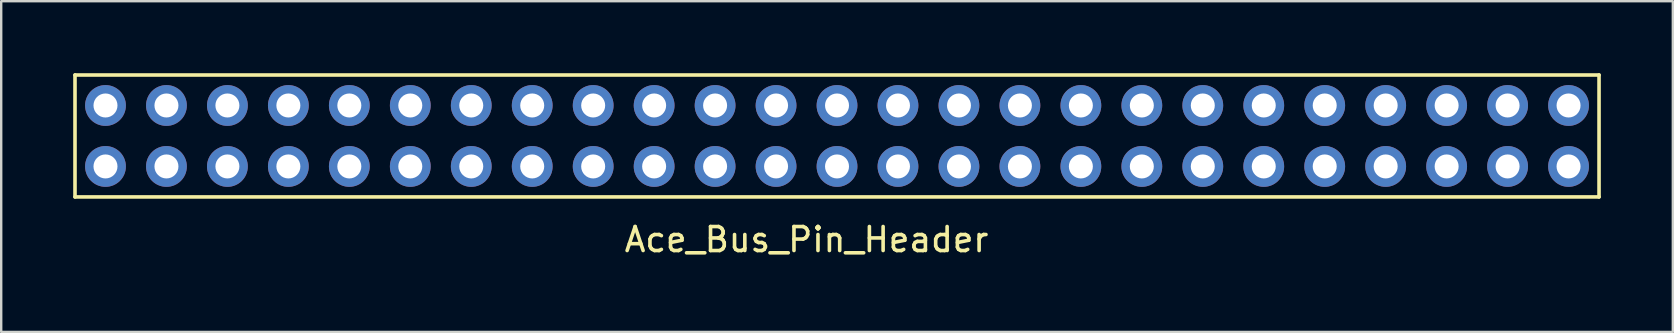
<source format=kicad_pcb>
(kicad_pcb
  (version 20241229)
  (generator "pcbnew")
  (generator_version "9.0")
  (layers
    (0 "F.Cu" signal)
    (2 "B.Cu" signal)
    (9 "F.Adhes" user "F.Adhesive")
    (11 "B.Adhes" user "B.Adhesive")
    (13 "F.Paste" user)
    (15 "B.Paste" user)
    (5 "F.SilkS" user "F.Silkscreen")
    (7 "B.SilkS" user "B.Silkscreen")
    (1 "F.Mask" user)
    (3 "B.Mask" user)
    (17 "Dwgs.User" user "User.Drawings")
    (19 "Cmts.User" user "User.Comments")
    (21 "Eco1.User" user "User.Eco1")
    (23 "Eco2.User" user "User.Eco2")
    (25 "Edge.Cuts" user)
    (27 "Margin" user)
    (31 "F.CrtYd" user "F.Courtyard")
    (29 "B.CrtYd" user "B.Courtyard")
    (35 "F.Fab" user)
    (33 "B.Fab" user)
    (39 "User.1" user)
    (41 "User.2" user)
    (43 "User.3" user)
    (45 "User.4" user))
  (footprint "Ace_Bus_Pin_Header"
    (layer "F.Cu")
    (at 30.555 2.615)
    (property "Reference" "Ace_Bus_Pin_Header" (at 0 4.318 0) (layer "F.SilkS") (effects (font (size 1 1) (thickness 0.15))))
    (attr through_hole)
    (fp_line (start -30.48 -2.54) (end -30.48 2.54) (stroke (width 0.15) (type solid)) (layer "F.SilkS"))
    (fp_line (start -30.48 2.54) (end 33.02 2.54) (stroke (width 0.15) (type solid)) (layer "F.SilkS"))
    (fp_line (start 33.02 -2.54) (end -30.48 -2.54) (stroke (width 0.15) (type solid)) (layer "F.SilkS"))
    (fp_line (start 33.02 2.54) (end 33.02 -2.54) (stroke (width 0.15) (type solid)) (layer "F.SilkS"))
    (pad "" thru_hole circle (at 26.67 -1.27) (size 1.7 1.7) (drill 1) (layers "*.Cu" "*.Mask"))
    (pad "" thru_hole circle (at 26.67 1.27) (size 1.7 1.7) (drill 1) (layers "*.Cu" "*.Mask"))
    (pad "" thru_hole circle (at 31.75 -1.27) (size 1.7 1.7) (drill 1) (layers "*.Cu" "*.Mask"))
    (pad "" thru_hole circle (at 31.75 1.27) (size 1.7 1.7) (drill 1) (layers "*.Cu" "*.Mask"))
    (pad "A1" thru_hole circle (at -29.21 -1.27) (size 1.7 1.7) (drill 1) (layers "*.Cu" "*.Mask"))
    (pad "A2" thru_hole circle (at -26.67 -1.27) (size 1.7 1.7) (drill 1) (layers "*.Cu" "*.Mask"))
    (pad "A3" thru_hole circle (at -24.13 -1.27) (size 1.7 1.7) (drill 1) (layers "*.Cu" "*.Mask"))
    (pad "A4" thru_hole circle (at -21.59 -1.27) (size 1.7 1.7) (drill 1) (layers "*.Cu" "*.Mask"))
    (pad "A5" thru_hole circle (at -19.05 -1.27) (size 1.7 1.7) (drill 1) (layers "*.Cu" "*.Mask"))
    (pad "A6" thru_hole circle (at -16.51 -1.27) (size 1.7 1.7) (drill 1) (layers "*.Cu" "*.Mask"))
    (pad "A7" thru_hole circle (at -13.97 -1.27) (size 1.7 1.7) (drill 1) (layers "*.Cu" "*.Mask"))
    (pad "A8" thru_hole circle (at -11.43 -1.27) (size 1.7 1.7) (drill 1) (layers "*.Cu" "*.Mask"))
    (pad "A9" thru_hole circle (at -8.89 -1.27) (size 1.7 1.7) (drill 1) (layers "*.Cu" "*.Mask"))
    (pad "A10" thru_hole circle (at -6.35 -1.27) (size 1.7 1.7) (drill 1) (layers "*.Cu" "*.Mask"))
    (pad "A11" thru_hole circle (at -3.81 -1.27) (size 1.7 1.7) (drill 1) (layers "*.Cu" "*.Mask"))
    (pad "A12" thru_hole circle (at -1.27 -1.27) (size 1.7 1.7) (drill 1) (layers "*.Cu" "*.Mask"))
    (pad "A13" thru_hole circle (at 1.27 -1.27) (size 1.7 1.7) (drill 1) (layers "*.Cu" "*.Mask"))
    (pad "A14" thru_hole circle (at 3.81 -1.27) (size 1.7 1.7) (drill 1) (layers "*.Cu" "*.Mask"))
    (pad "A15" thru_hole circle (at 6.35 -1.27) (size 1.7 1.7) (drill 1) (layers "*.Cu" "*.Mask"))
    (pad "A16" thru_hole circle (at 8.89 -1.27) (size 1.7 1.7) (drill 1) (layers "*.Cu" "*.Mask"))
    (pad "A17" thru_hole circle (at 11.43 -1.27) (size 1.7 1.7) (drill 1) (layers "*.Cu" "*.Mask"))
    (pad "A18" thru_hole circle (at 13.97 -1.27) (size 1.7 1.7) (drill 1) (layers "*.Cu" "*.Mask"))
    (pad "A19" thru_hole circle (at 16.51 -1.27) (size 1.7 1.7) (drill 1) (layers "*.Cu" "*.Mask"))
    (pad "A20" thru_hole circle (at 19.05 -1.27) (size 1.7 1.7) (drill 1) (layers "*.Cu" "*.Mask"))
    (pad "A21" thru_hole circle (at 21.59 -1.27) (size 1.7 1.7) (drill 1) (layers "*.Cu" "*.Mask"))
    (pad "A22" thru_hole circle (at 24.13 -1.27) (size 1.7 1.7) (drill 1) (layers "*.Cu" "*.Mask"))
    (pad "A24" thru_hole circle (at 29.21 -1.27) (size 1.7 1.7) (drill 1) (layers "*.Cu" "*.Mask"))
    (pad "B1" thru_hole circle (at -29.21 1.27) (size 1.7 1.7) (drill 1) (layers "*.Cu" "*.Mask"))
    (pad "B2" thru_hole circle (at -26.67 1.27) (size 1.7 1.7) (drill 1) (layers "*.Cu" "*.Mask"))
    (pad "B3" thru_hole circle (at -24.13 1.27) (size 1.7 1.7) (drill 1) (layers "*.Cu" "*.Mask"))
    (pad "B4" thru_hole circle (at -21.59 1.27) (size 1.7 1.7) (drill 1) (layers "*.Cu" "*.Mask"))
    (pad "B5" thru_hole circle (at -19.05 1.27) (size 1.7 1.7) (drill 1) (layers "*.Cu" "*.Mask"))
    (pad "B6" thru_hole circle (at -16.51 1.27) (size 1.7 1.7) (drill 1) (layers "*.Cu" "*.Mask"))
    (pad "B7" thru_hole circle (at -13.97 1.27) (size 1.7 1.7) (drill 1) (layers "*.Cu" "*.Mask"))
    (pad "B8" thru_hole circle (at -11.43 1.27) (size 1.7 1.7) (drill 1) (layers "*.Cu" "*.Mask"))
    (pad "B9" thru_hole circle (at -8.89 1.27) (size 1.7 1.7) (drill 1) (layers "*.Cu" "*.Mask"))
    (pad "B10" thru_hole circle (at -6.35 1.27) (size 1.7 1.7) (drill 1) (layers "*.Cu" "*.Mask"))
    (pad "B11" thru_hole circle (at -3.81 1.27) (size 1.7 1.7) (drill 1) (layers "*.Cu" "*.Mask"))
    (pad "B12" thru_hole circle (at -1.27 1.27) (size 1.7 1.7) (drill 1) (layers "*.Cu" "*.Mask"))
    (pad "B13" thru_hole circle (at 1.27 1.27) (size 1.7 1.7) (drill 1) (layers "*.Cu" "*.Mask"))
    (pad "B14" thru_hole circle (at 3.81 1.27) (size 1.7 1.7) (drill 1) (layers "*.Cu" "*.Mask"))
    (pad "B15" thru_hole circle (at 6.35 1.27) (size 1.7 1.7) (drill 1) (layers "*.Cu" "*.Mask"))
    (pad "B16" thru_hole circle (at 8.89 1.27) (size 1.7 1.7) (drill 1) (layers "*.Cu" "*.Mask"))
    (pad "B17" thru_hole circle (at 11.43 1.27) (size 1.7 1.7) (drill 1) (layers "*.Cu" "*.Mask"))
    (pad "B18" thru_hole circle (at 13.97 1.27) (size 1.7 1.7) (drill 1) (layers "*.Cu" "*.Mask"))
    (pad "B19" thru_hole circle (at 16.51 1.27) (size 1.7 1.7) (drill 1) (layers "*.Cu" "*.Mask"))
    (pad "B20" thru_hole circle (at 19.05 1.27) (size 1.7 1.7) (drill 1) (layers "*.Cu" "*.Mask"))
    (pad "B21" thru_hole circle (at 21.59 1.27) (size 1.7 1.7) (drill 1) (layers "*.Cu" "*.Mask"))
    (pad "B22" thru_hole circle (at 24.13 1.27) (size 1.7 1.7) (drill 1) (layers "*.Cu" "*.Mask"))
    (pad "B24" thru_hole circle (at 29.21 1.27) (size 1.7 1.7) (drill 1) (layers "*.Cu" "*.Mask")))
  (gr_rect
    (start -3 -3)
    (end 66.65 10.781)
    (stroke (width 0.1) (type default))
    (fill no)
    (layer "Edge.Cuts")))
</source>
